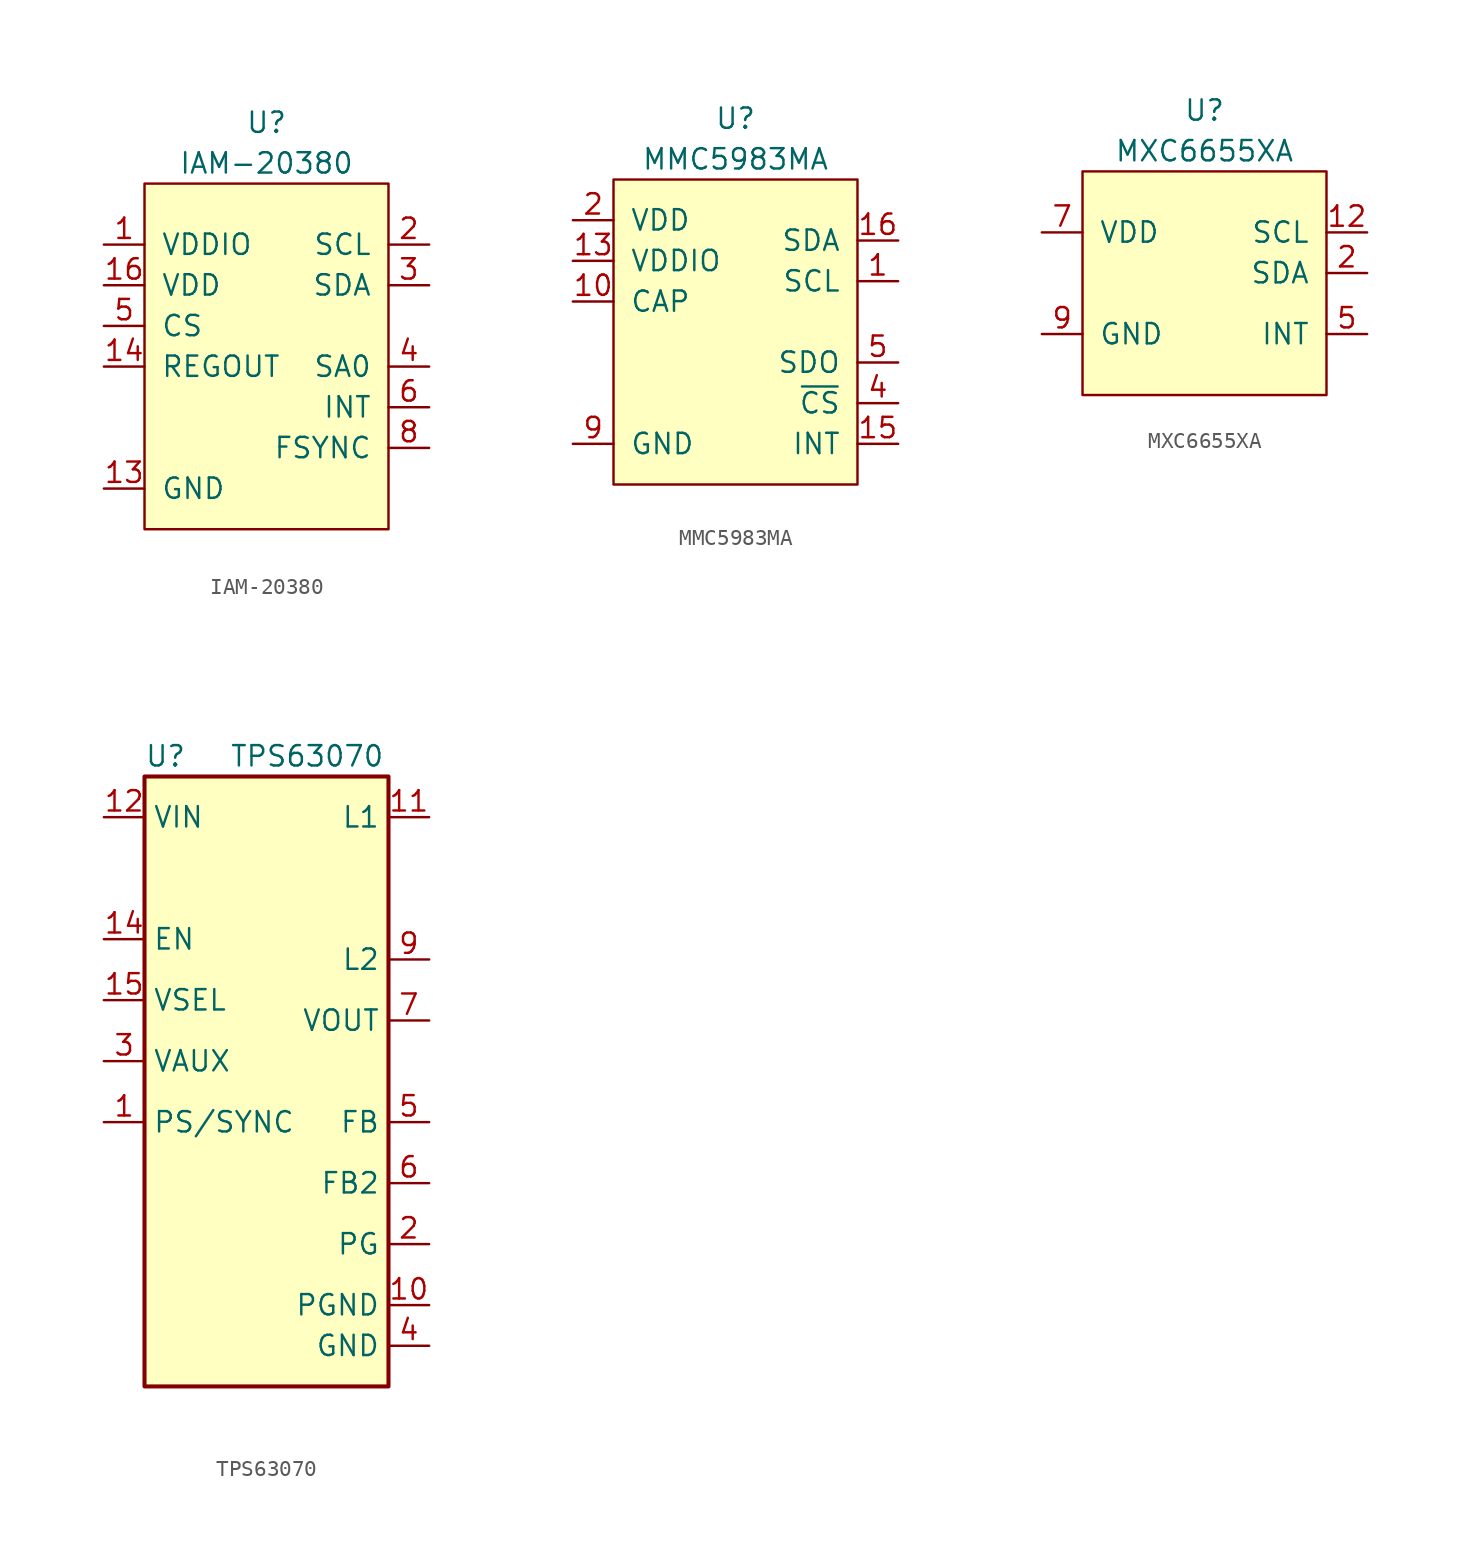
<source format=kicad_sym>
(kicad_symbol_lib
  (version 20211014)
  (generator kicad_symbol_editor)
  (symbol "IAM-20380"
    (pin_names
      (offset 1.016))
    (property "Reference" "U"
      (at 0 3.81 0)
      (effects (font (size 1.27 1.27))))
    (property "Value" "IAM-20380"
      (at 0 1.27 0)
      (effects (font (size 1.27 1.27))))
    (symbol "IAM-20380_0_0"
      (pin unspecified line (at -10.16 -3.81 0) (length 2.54) (name "VDDIO" (effects (font (size 1.27 1.27)))) (number "1" (effects (font (size 1.27 1.27)))))
      (pin unspecified line (at -10.16 -19.05 0) (length 2.54) hide (name "RESV_GND" (effects (font (size 1.27 1.27)))) (number "10" (effects (font (size 1.27 1.27)))))
      (pin unspecified line (at -10.16 -19.05 0) (length 2.54) hide (name "RESV_GND" (effects (font (size 1.27 1.27)))) (number "11" (effects (font (size 1.27 1.27)))))
      (pin unspecified line (at -10.16 -19.05 0) (length 2.54) hide (name "RESV_GND" (effects (font (size 1.27 1.27)))) (number "12" (effects (font (size 1.27 1.27)))))
      (pin unspecified line (at -10.16 -19.05 0) (length 2.54) (name "GND" (effects (font (size 1.27 1.27)))) (number "13" (effects (font (size 1.27 1.27)))))
      (pin unspecified line (at -10.16 -11.43 0) (length 2.54) (name "REGOUT" (effects (font (size 1.27 1.27)))) (number "14" (effects (font (size 1.27 1.27)))))
      (pin unspecified line (at -10.16 -19.05 0) (length 2.54) hide (name "RESV_GND" (effects (font (size 1.27 1.27)))) (number "15" (effects (font (size 1.27 1.27)))))
      (pin unspecified line (at -10.16 -6.35 0) (length 2.54) (name "VDD" (effects (font (size 1.27 1.27)))) (number "16" (effects (font (size 1.27 1.27)))))
      (pin unspecified line (at 10.16 -3.81 180) (length 2.54) (name "SCL" (effects (font (size 1.27 1.27)))) (number "2" (effects (font (size 1.27 1.27)))))
      (pin unspecified line (at 10.16 -6.35 180) (length 2.54) (name "SDA" (effects (font (size 1.27 1.27)))) (number "3" (effects (font (size 1.27 1.27)))))
      (pin unspecified line (at 10.16 -11.43 180) (length 2.54) (name "SA0" (effects (font (size 1.27 1.27)))) (number "4" (effects (font (size 1.27 1.27)))))
      (pin unspecified line (at -10.16 -8.89 0) (length 2.54) (name "CS" (effects (font (size 1.27 1.27)))) (number "5" (effects (font (size 1.27 1.27)))))
      (pin unspecified line (at 10.16 -13.97 180) (length 2.54) (name "INT" (effects (font (size 1.27 1.27)))) (number "6" (effects (font (size 1.27 1.27)))))
      (pin unspecified line (at 10.16 -19.05 180) (length 2.54) hide (name "RESV_NC" (effects (font (size 1.27 1.27)))) (number "7" (effects (font (size 1.27 1.27)))))
      (pin unspecified line (at 10.16 -16.51 180) (length 2.54) (name "FSYNC" (effects (font (size 1.27 1.27)))) (number "8" (effects (font (size 1.27 1.27)))))
      (pin unspecified line (at -10.16 -19.05 0) (length 2.54) hide (name "RESV_GND" (effects (font (size 1.27 1.27)))) (number "9" (effects (font (size 1.27 1.27))))))
    (symbol "IAM-20380_0_1"
      (rectangle (start -7.62 0) (end 7.62 -21.59) (stroke (width 0) (type default) (color 0 0 0 0)) (fill (type background)))))
  (symbol "MMC5983MA"
    (pin_names
      (offset 1.016))
    (property "Reference" "U"
      (at 0 3.81 0)
      (effects (font (size 1.27 1.27))))
    (property "Value" "MMC5983MA"
      (at 0 1.27 0)
      (effects (font (size 1.27 1.27))))
    (symbol "MMC5983MA_0_1"
      (rectangle (start -7.62 0) (end 7.62 -19.05) (stroke (width 0) (type default) (color 0 0 0 0)) (fill (type background))))
    (symbol "MMC5983MA_1_1"
      (pin input line (at 10.16 -6.35 180) (length 2.54) (name "SCL" (effects (font (size 1.27 1.27)))) (number "1" (effects (font (size 1.27 1.27)))))
      (pin input line (at -10.16 -7.62 0) (length 2.54) (name "CAP" (effects (font (size 1.27 1.27)))) (number "10" (effects (font (size 1.27 1.27)))))
      (pin input line (at -10.16 -16.51 0) (length 2.54) hide (name "GND" (effects (font (size 1.27 1.27)))) (number "11" (effects (font (size 1.27 1.27)))))
      (pin input line (at -10.16 -5.08 0) (length 2.54) (name "VDDIO" (effects (font (size 1.27 1.27)))) (number "13" (effects (font (size 1.27 1.27)))))
      (pin input line (at 10.16 -16.51 180) (length 2.54) (name "INT" (effects (font (size 1.27 1.27)))) (number "15" (effects (font (size 1.27 1.27)))))
      (pin input line (at 10.16 -3.81 180) (length 2.54) (name "SDA" (effects (font (size 1.27 1.27)))) (number "16" (effects (font (size 1.27 1.27)))))
      (pin input line (at -10.16 -2.54 0) (length 2.54) (name "VDD" (effects (font (size 1.27 1.27)))) (number "2" (effects (font (size 1.27 1.27)))))
      (pin input line (at 10.16 -13.97 180) (length 2.54) (name "~{CS}" (effects (font (size 1.27 1.27)))) (number "4" (effects (font (size 1.27 1.27)))))
      (pin input line (at 10.16 -11.43 180) (length 2.54) (name "SDO" (effects (font (size 1.27 1.27)))) (number "5" (effects (font (size 1.27 1.27)))))
      (pin input line (at -10.16 -16.51 0) (length 2.54) (name "GND" (effects (font (size 1.27 1.27)))) (number "9" (effects (font (size 1.27 1.27)))))))
  (symbol "MXC6655XA"
    (pin_names
      (offset 1.016))
    (property "Reference" "U"
      (at 0 3.81 0)
      (effects (font (size 1.27 1.27))))
    (property "Value" "MXC6655XA"
      (at 0 1.27 0)
      (effects (font (size 1.27 1.27))))
    (symbol "MXC6655XA_0_1"
      (rectangle (start -7.62 0) (end 7.62 -13.97) (stroke (width 0) (type default) (color 0 0 0 0)) (fill (type background))))
    (symbol "MXC6655XA_1_1"
      (pin input line (at 10.16 -3.81 180) (length 2.54) (name "SCL" (effects (font (size 1.27 1.27)))) (number "12" (effects (font (size 1.27 1.27)))))
      (pin input line (at 10.16 -6.35 180) (length 2.54) (name "SDA" (effects (font (size 1.27 1.27)))) (number "2" (effects (font (size 1.27 1.27)))))
      (pin input line (at 10.16 -10.16 180) (length 2.54) (name "INT" (effects (font (size 1.27 1.27)))) (number "5" (effects (font (size 1.27 1.27)))))
      (pin input line (at -10.16 -3.81 0) (length 2.54) (name "VDD" (effects (font (size 1.27 1.27)))) (number "7" (effects (font (size 1.27 1.27)))))
      (pin input line (at -10.16 -10.16 0) (length 2.54) (name "GND" (effects (font (size 1.27 1.27)))) (number "9" (effects (font (size 1.27 1.27)))))))
  (symbol "TPS63070"
    (property "Reference" "U"
      (at -7.62 13.97 0)
      (effects (font (size 1.27 1.27)) (justify left)))
    (property "Value" "TPS63070"
      (at 2.54 13.97 0)
      (effects (font (size 1.27 1.27))))
    (symbol "TPS63070_0_1"
      (rectangle (start -7.62 12.7) (end 7.62 -25.4) (stroke (width 0.254) (type default) (color 0 0 0 0)) (fill (type background))))
    (symbol "TPS63070_1_1"
      (pin input line (at -10.16 -8.89 0) (length 2.54) (name "PS/SYNC" (effects (font (size 1.27 1.27)))) (number "1" (effects (font (size 1.27 1.27)))))
      (pin power_in line (at 10.16 -20.32 180) (length 2.54) (name "PGND" (effects (font (size 1.27 1.27)))) (number "10" (effects (font (size 1.27 1.27)))))
      (pin input line (at 10.16 10.16 180) (length 2.54) (name "L1" (effects (font (size 1.27 1.27)))) (number "11" (effects (font (size 1.27 1.27)))))
      (pin power_in line (at -10.16 10.16 0) (length 2.54) (name "VIN" (effects (font (size 1.27 1.27)))) (number "12" (effects (font (size 1.27 1.27)))))
      (pin input line (at -10.16 2.54 0) (length 2.54) (name "EN" (effects (font (size 1.27 1.27)))) (number "14" (effects (font (size 1.27 1.27)))))
      (pin passive line (at -10.16 -1.27 0) (length 2.54) (name "VSEL" (effects (font (size 1.27 1.27)))) (number "15" (effects (font (size 1.27 1.27)))))
      (pin output line (at 10.16 -16.51 180) (length 2.54) (name "PG" (effects (font (size 1.27 1.27)))) (number "2" (effects (font (size 1.27 1.27)))))
      (pin passive line (at -10.16 -5.08 0) (length 2.54) (name "VAUX" (effects (font (size 1.27 1.27)))) (number "3" (effects (font (size 1.27 1.27)))))
      (pin power_in line (at 10.16 -22.86 180) (length 2.54) (name "GND" (effects (font (size 1.27 1.27)))) (number "4" (effects (font (size 1.27 1.27)))))
      (pin input line (at 10.16 -8.89 180) (length 2.54) (name "FB" (effects (font (size 1.27 1.27)))) (number "5" (effects (font (size 1.27 1.27)))))
      (pin input line (at 10.16 -12.7 180) (length 2.54) (name "FB2" (effects (font (size 1.27 1.27)))) (number "6" (effects (font (size 1.27 1.27)))))
      (pin power_out line (at 10.16 -2.54 180) (length 2.54) (name "VOUT" (effects (font (size 1.27 1.27)))) (number "7" (effects (font (size 1.27 1.27)))))
      (pin input line (at 10.16 1.27 180) (length 2.54) (name "L2" (effects (font (size 1.27 1.27)))) (number "9" (effects (font (size 1.27 1.27))))))))
</source>
